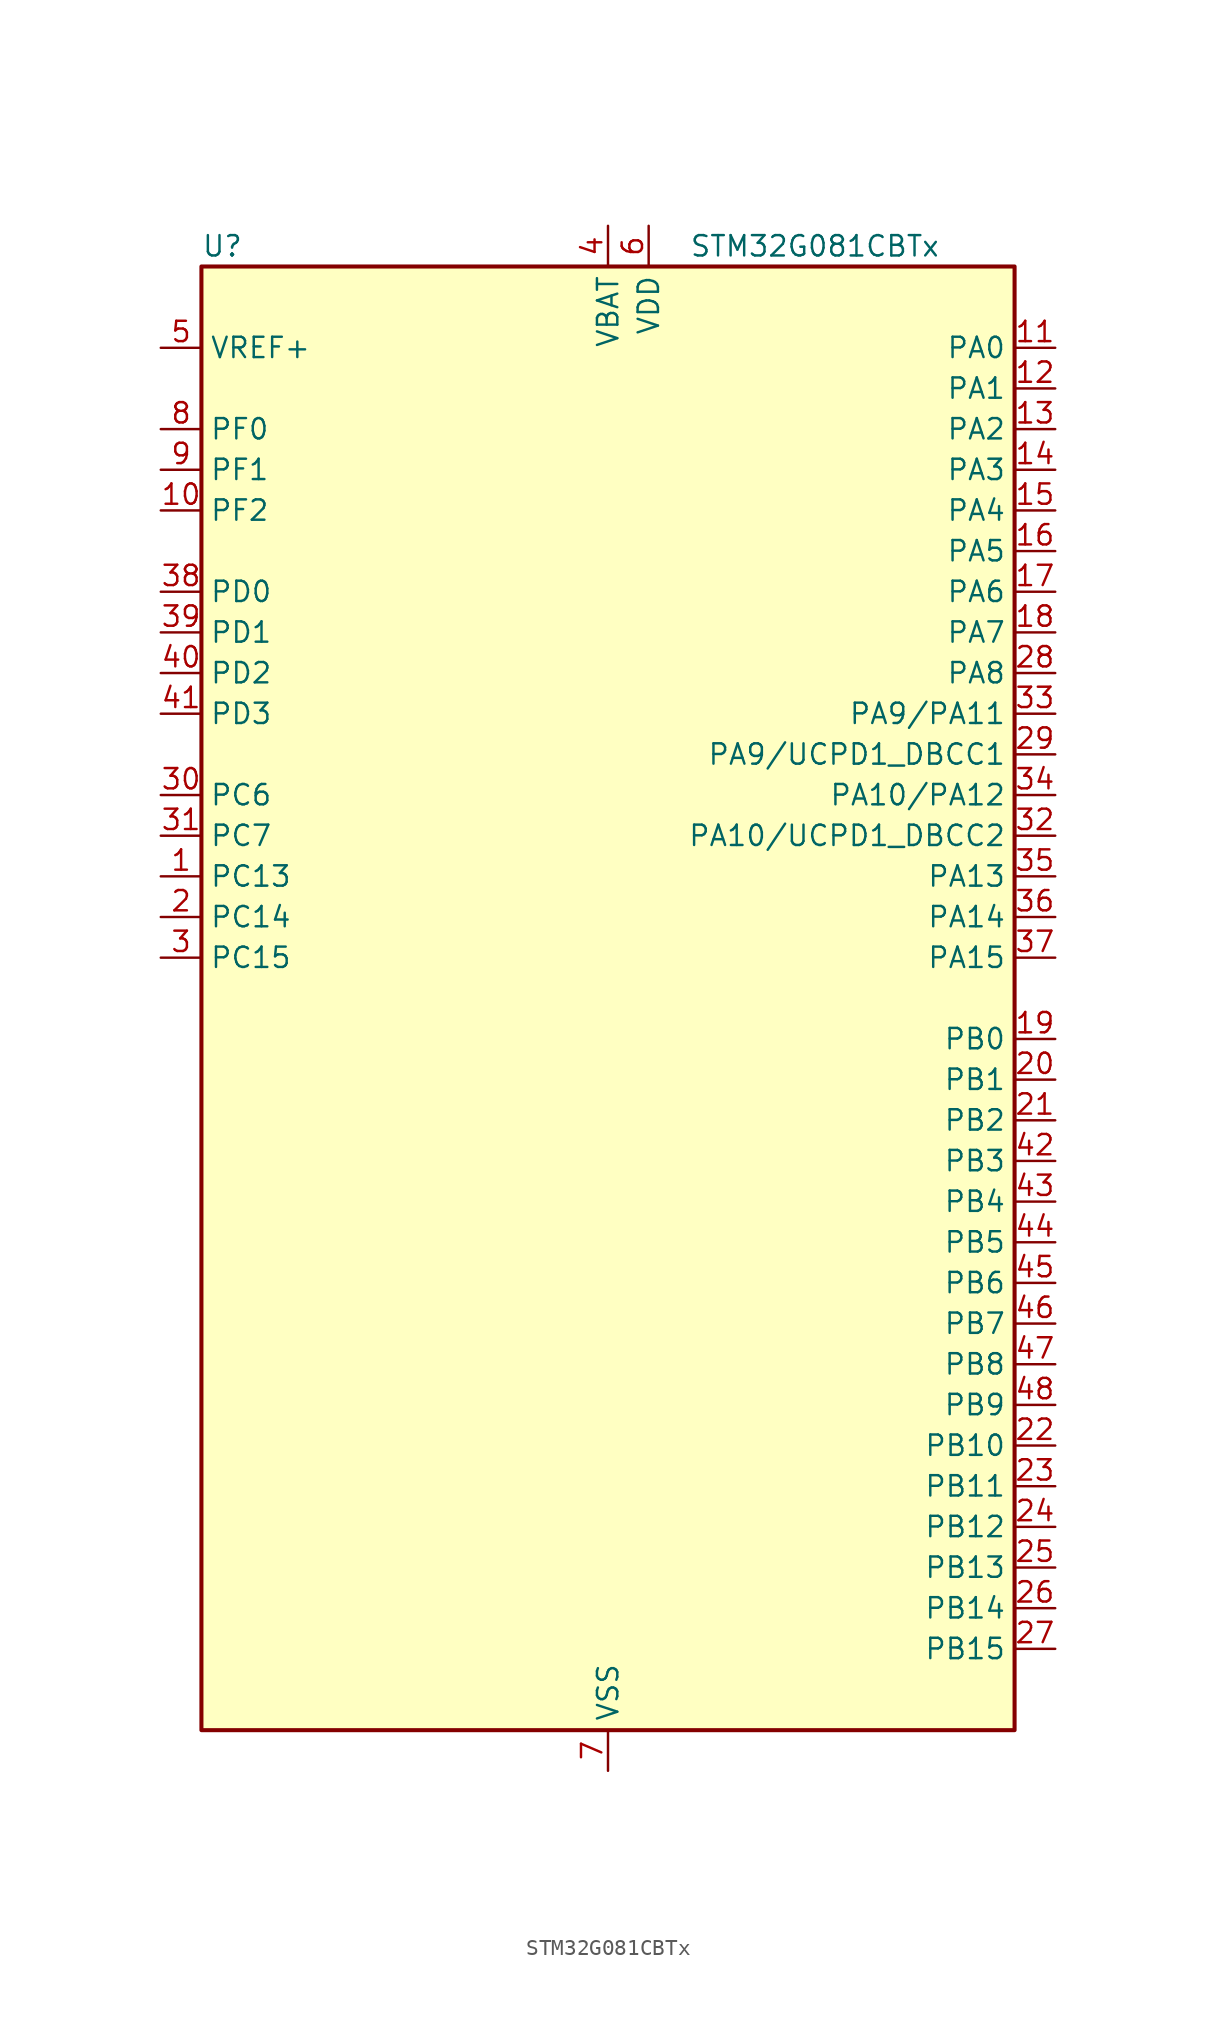
<source format=kicad_sym>
(kicad_symbol_lib
  (version 20241209)
  (generator "kicad_symbol_editor")
  (generator_version "9.0")
  (symbol "STM32G081CBTx"
    (property "Reference" "U"
      (at -25.4 46.99 0)
      (effects (font (size 1.27 1.27)) (justify left)))
    (property "Value" "STM32G081CBTx"
      (at 5.08 46.99 0)
      (effects (font (size 1.27 1.27)) (justify left)))
    (symbol "STM32G081CBTx_0_1"
      (rectangle (start -25.4 -45.72) (end 25.4 45.72) (stroke (width 0.254) (type default)) (fill (type background))))
    (symbol "STM32G081CBTx_1_1"
      (pin input line (at -27.94 40.64 0) (length 2.54) (name "VREF+" (effects (font (size 1.27 1.27)))) (number "5" (effects (font (size 1.27 1.27)))) (alternate "VREFBUF_OUT" bidirectional line))
      (pin bidirectional line (at -27.94 35.56 0) (length 2.54) (name "PF0" (effects (font (size 1.27 1.27)))) (number "8" (effects (font (size 1.27 1.27)))) (alternate "RCC_OSC_IN" bidirectional line) (alternate "TIM14_CH1" bidirectional line))
      (pin bidirectional line (at -27.94 33.02 0) (length 2.54) (name "PF1" (effects (font (size 1.27 1.27)))) (number "9" (effects (font (size 1.27 1.27)))) (alternate "RCC_OSC_EN" bidirectional line) (alternate "RCC_OSC_OUT" bidirectional line) (alternate "TIM15_CH1N" bidirectional line))
      (pin bidirectional line (at -27.94 30.48 0) (length 2.54) (name "PF2" (effects (font (size 1.27 1.27)))) (number "10" (effects (font (size 1.27 1.27)))) (alternate "RCC_MCO" bidirectional line))
      (pin bidirectional line (at -27.94 25.4 0) (length 2.54) (name "PD0" (effects (font (size 1.27 1.27)))) (number "38" (effects (font (size 1.27 1.27)))) (alternate "SPI2_NSS" bidirectional line) (alternate "TIM16_CH1" bidirectional line) (alternate "UCPD2_CC1" bidirectional line))
      (pin bidirectional line (at -27.94 22.86 0) (length 2.54) (name "PD1" (effects (font (size 1.27 1.27)))) (number "39" (effects (font (size 1.27 1.27)))) (alternate "SPI2_SCK" bidirectional line) (alternate "TIM17_CH1" bidirectional line) (alternate "UCPD2_DBCC1" bidirectional line))
      (pin bidirectional line (at -27.94 20.32 0) (length 2.54) (name "PD2" (effects (font (size 1.27 1.27)))) (number "40" (effects (font (size 1.27 1.27)))) (alternate "TIM1_CH1N" bidirectional line) (alternate "TIM3_ETR" bidirectional line) (alternate "UCPD2_CC2" bidirectional line) (alternate "USART3_CK" bidirectional line) (alternate "USART3_DE" bidirectional line) (alternate "USART3_RTS" bidirectional line))
      (pin bidirectional line (at -27.94 17.78 0) (length 2.54) (name "PD3" (effects (font (size 1.27 1.27)))) (number "41" (effects (font (size 1.27 1.27)))) (alternate "SPI2_MISO" bidirectional line) (alternate "TIM1_CH2N" bidirectional line) (alternate "UCPD2_DBCC2" bidirectional line) (alternate "USART2_CTS" bidirectional line) (alternate "USART2_NSS" bidirectional line))
      (pin bidirectional line (at -27.94 12.7 0) (length 2.54) (name "PC6" (effects (font (size 1.27 1.27)))) (number "30" (effects (font (size 1.27 1.27)))) (alternate "TIM2_CH3" bidirectional line) (alternate "TIM3_CH1" bidirectional line) (alternate "UCPD1_FRSTX1" bidirectional line) (alternate "UCPD1_FRSTX2" bidirectional line))
      (pin bidirectional line (at -27.94 10.16 0) (length 2.54) (name "PC7" (effects (font (size 1.27 1.27)))) (number "31" (effects (font (size 1.27 1.27)))) (alternate "TIM2_CH4" bidirectional line) (alternate "TIM3_CH2" bidirectional line) (alternate "UCPD2_FRSTX1" bidirectional line) (alternate "UCPD2_FRSTX2" bidirectional line))
      (pin bidirectional line (at -27.94 7.62 0) (length 2.54) (name "PC13" (effects (font (size 1.27 1.27)))) (number "1" (effects (font (size 1.27 1.27)))) (alternate "RTC_OUT_ALARM" bidirectional line) (alternate "RTC_OUT_CALIB" bidirectional line) (alternate "RTC_TAMP_IN1" bidirectional line) (alternate "RTC_TS" bidirectional line) (alternate "SYS_WKUP2" bidirectional line) (alternate "TIM1_BK" bidirectional line))
      (pin bidirectional line (at -27.94 5.08 0) (length 2.54) (name "PC14" (effects (font (size 1.27 1.27)))) (number "2" (effects (font (size 1.27 1.27)))) (alternate "RCC_OSC32_IN" bidirectional line) (alternate "TIM1_BK2" bidirectional line))
      (pin bidirectional line (at -27.94 2.54 0) (length 2.54) (name "PC15" (effects (font (size 1.27 1.27)))) (number "3" (effects (font (size 1.27 1.27)))) (alternate "RCC_OSC32_EN" bidirectional line) (alternate "RCC_OSC32_OUT" bidirectional line) (alternate "RCC_OSC_EN" bidirectional line) (alternate "TIM15_BK" bidirectional line))
      (pin power_in line (at 0 48.26 270) (length 2.54) (name "VBAT" (effects (font (size 1.27 1.27)))) (number "4" (effects (font (size 1.27 1.27)))))
      (pin power_in line (at 0 -48.26 90) (length 2.54) (name "VSS" (effects (font (size 1.27 1.27)))) (number "7" (effects (font (size 1.27 1.27)))))
      (pin power_in line (at 2.54 48.26 270) (length 2.54) (name "VDD" (effects (font (size 1.27 1.27)))) (number "6" (effects (font (size 1.27 1.27)))))
      (pin bidirectional line (at 27.94 40.64 180) (length 2.54) (name "PA0" (effects (font (size 1.27 1.27)))) (number "11" (effects (font (size 1.27 1.27)))) (alternate "ADC1_IN0" bidirectional line) (alternate "COMP1_INM" bidirectional line) (alternate "COMP1_OUT" bidirectional line) (alternate "LPTIM1_OUT" bidirectional line) (alternate "RTC_TAMP_IN2" bidirectional line) (alternate "SPI2_SCK" bidirectional line) (alternate "SYS_WKUP1" bidirectional line) (alternate "TIM2_CH1" bidirectional line) (alternate "TIM2_ETR" bidirectional line) (alternate "UCPD2_FRSTX1" bidirectional line) (alternate "UCPD2_FRSTX2" bidirectional line) (alternate "USART2_CTS" bidirectional line) (alternate "USART2_NSS" bidirectional line) (alternate "USART4_TX" bidirectional line))
      (pin bidirectional line (at 27.94 38.1 180) (length 2.54) (name "PA1" (effects (font (size 1.27 1.27)))) (number "12" (effects (font (size 1.27 1.27)))) (alternate "ADC1_IN1" bidirectional line) (alternate "COMP1_INP" bidirectional line) (alternate "I2C1_SMBA" bidirectional line) (alternate "I2S1_CK" bidirectional line) (alternate "SPI1_SCK" bidirectional line) (alternate "TIM15_CH1N" bidirectional line) (alternate "TIM2_CH2" bidirectional line) (alternate "USART2_CK" bidirectional line) (alternate "USART2_DE" bidirectional line) (alternate "USART2_RTS" bidirectional line) (alternate "USART4_RX" bidirectional line))
      (pin bidirectional line (at 27.94 35.56 180) (length 2.54) (name "PA2" (effects (font (size 1.27 1.27)))) (number "13" (effects (font (size 1.27 1.27)))) (alternate "ADC1_IN2" bidirectional line) (alternate "COMP2_INM" bidirectional line) (alternate "COMP2_OUT" bidirectional line) (alternate "I2S1_SD" bidirectional line) (alternate "LPUART1_TX" bidirectional line) (alternate "RCC_LSCO" bidirectional line) (alternate "SPI1_MOSI" bidirectional line) (alternate "SYS_WKUP4" bidirectional line) (alternate "TIM15_CH1" bidirectional line) (alternate "TIM2_CH3" bidirectional line) (alternate "UCPD1_FRSTX1" bidirectional line) (alternate "UCPD1_FRSTX2" bidirectional line) (alternate "USART2_TX" bidirectional line))
      (pin bidirectional line (at 27.94 33.02 180) (length 2.54) (name "PA3" (effects (font (size 1.27 1.27)))) (number "14" (effects (font (size 1.27 1.27)))) (alternate "ADC1_IN3" bidirectional line) (alternate "COMP2_INP" bidirectional line) (alternate "LPUART1_RX" bidirectional line) (alternate "SPI2_MISO" bidirectional line) (alternate "TIM15_CH2" bidirectional line) (alternate "TIM2_CH4" bidirectional line) (alternate "UCPD2_FRSTX1" bidirectional line) (alternate "UCPD2_FRSTX2" bidirectional line) (alternate "USART2_RX" bidirectional line))
      (pin bidirectional line (at 27.94 30.48 180) (length 2.54) (name "PA4" (effects (font (size 1.27 1.27)))) (number "15" (effects (font (size 1.27 1.27)))) (alternate "ADC1_IN4" bidirectional line) (alternate "DAC1_OUT1" bidirectional line) (alternate "I2S1_WS" bidirectional line) (alternate "LPTIM2_OUT" bidirectional line) (alternate "RTC_OUT_ALARM" bidirectional line) (alternate "RTC_OUT_CALIB" bidirectional line) (alternate "SPI1_NSS" bidirectional line) (alternate "SPI2_MOSI" bidirectional line) (alternate "TIM14_CH1" bidirectional line) (alternate "UCPD2_FRSTX1" bidirectional line) (alternate "UCPD2_FRSTX2" bidirectional line))
      (pin bidirectional line (at 27.94 27.94 180) (length 2.54) (name "PA5" (effects (font (size 1.27 1.27)))) (number "16" (effects (font (size 1.27 1.27)))) (alternate "ADC1_IN5" bidirectional line) (alternate "CEC" bidirectional line) (alternate "DAC1_OUT2" bidirectional line) (alternate "I2S1_CK" bidirectional line) (alternate "LPTIM2_ETR" bidirectional line) (alternate "SPI1_SCK" bidirectional line) (alternate "TIM2_CH1" bidirectional line) (alternate "TIM2_ETR" bidirectional line) (alternate "UCPD1_FRSTX1" bidirectional line) (alternate "UCPD1_FRSTX2" bidirectional line) (alternate "USART3_TX" bidirectional line))
      (pin bidirectional line (at 27.94 25.4 180) (length 2.54) (name "PA6" (effects (font (size 1.27 1.27)))) (number "17" (effects (font (size 1.27 1.27)))) (alternate "ADC1_IN6" bidirectional line) (alternate "COMP1_OUT" bidirectional line) (alternate "I2S1_MCK" bidirectional line) (alternate "LPUART1_CTS" bidirectional line) (alternate "SPI1_MISO" bidirectional line) (alternate "TIM16_CH1" bidirectional line) (alternate "TIM1_BK" bidirectional line) (alternate "TIM3_CH1" bidirectional line) (alternate "USART3_CTS" bidirectional line) (alternate "USART3_NSS" bidirectional line))
      (pin bidirectional line (at 27.94 22.86 180) (length 2.54) (name "PA7" (effects (font (size 1.27 1.27)))) (number "18" (effects (font (size 1.27 1.27)))) (alternate "ADC1_IN7" bidirectional line) (alternate "COMP2_OUT" bidirectional line) (alternate "I2S1_SD" bidirectional line) (alternate "SPI1_MOSI" bidirectional line) (alternate "TIM14_CH1" bidirectional line) (alternate "TIM17_CH1" bidirectional line) (alternate "TIM1_CH1N" bidirectional line) (alternate "TIM3_CH2" bidirectional line) (alternate "UCPD1_FRSTX1" bidirectional line) (alternate "UCPD1_FRSTX2" bidirectional line))
      (pin bidirectional line (at 27.94 20.32 180) (length 2.54) (name "PA8" (effects (font (size 1.27 1.27)))) (number "28" (effects (font (size 1.27 1.27)))) (alternate "LPTIM2_OUT" bidirectional line) (alternate "RCC_MCO" bidirectional line) (alternate "SPI2_NSS" bidirectional line) (alternate "TIM1_CH1" bidirectional line) (alternate "UCPD1_CC1" bidirectional line))
      (pin bidirectional line (at 27.94 17.78 180) (length 2.54) (name "PA9/PA11" (effects (font (size 1.27 1.27)))) (number "33" (effects (font (size 1.27 1.27)))) (alternate "ADC1_EXTI11 (PA11)" bidirectional line) (alternate "COMP1_OUT (PA11)" bidirectional line) (alternate "DAC1_EXTI9 (PA9)" bidirectional line) (alternate "I2C1_SCL (PA9)" bidirectional line) (alternate "I2C2_SCL (PA11)" bidirectional line) (alternate "I2S1_MCK (PA11)" bidirectional line) (alternate "PA11" bidirectional line) (alternate "PA9" bidirectional line) (alternate "RCC_MCO (PA9)" bidirectional line) (alternate "SPI1_MISO (PA11)" bidirectional line) (alternate "SPI2_MISO (PA9)" bidirectional line) (alternate "TIM15_BK (PA9)" bidirectional line) (alternate "TIM1_BK2 (PA11)" bidirectional line) (alternate "TIM1_CH2 (PA9)" bidirectional line) (alternate "TIM1_CH4 (PA11)" bidirectional line) (alternate "USART1_CTS (PA11)" bidirectional line) (alternate "USART1_NSS (PA11)" bidirectional line) (alternate "USART1_TX (PA9)" bidirectional line))
      (pin bidirectional line (at 27.94 15.24 180) (length 2.54) (name "PA9/UCPD1_DBCC1" (effects (font (size 1.27 1.27)))) (number "29" (effects (font (size 1.27 1.27)))) (alternate "DAC1_EXTI9 (PA9)" bidirectional line) (alternate "I2C1_SCL (PA9)" bidirectional line) (alternate "PA9" bidirectional line) (alternate "RCC_MCO (PA9)" bidirectional line) (alternate "SPI2_MISO (PA9)" bidirectional line) (alternate "TIM15_BK (PA9)" bidirectional line) (alternate "TIM1_CH2 (PA9)" bidirectional line) (alternate "UCPD1_DBCC1" bidirectional line) (alternate "UCPD1_DBCC1 (PA9)" bidirectional line) (alternate "UCPD1_DBCC1 (UCPD1_DBCC1)" bidirectional line) (alternate "USART1_TX (PA9)" bidirectional line))
      (pin bidirectional line (at 27.94 12.7 180) (length 2.54) (name "PA10/PA12" (effects (font (size 1.27 1.27)))) (number "34" (effects (font (size 1.27 1.27)))) (alternate "COMP2_OUT (PA12)" bidirectional line) (alternate "I2C1_SDA (PA10)" bidirectional line) (alternate "I2C2_SDA (PA12)" bidirectional line) (alternate "I2S1_SD (PA12)" bidirectional line) (alternate "I2S_CKIN (PA12)" bidirectional line) (alternate "PA10" bidirectional line) (alternate "PA12" bidirectional line) (alternate "SPI1_MOSI (PA12)" bidirectional line) (alternate "SPI2_MOSI (PA10)" bidirectional line) (alternate "TIM17_BK (PA10)" bidirectional line) (alternate "TIM1_CH3 (PA10)" bidirectional line) (alternate "TIM1_ETR (PA12)" bidirectional line) (alternate "USART1_CK (PA12)" bidirectional line) (alternate "USART1_DE (PA12)" bidirectional line) (alternate "USART1_RTS (PA12)" bidirectional line) (alternate "USART1_RX (PA10)" bidirectional line))
      (pin bidirectional line (at 27.94 10.16 180) (length 2.54) (name "PA10/UCPD1_DBCC2" (effects (font (size 1.27 1.27)))) (number "32" (effects (font (size 1.27 1.27)))) (alternate "I2C1_SDA (PA10)" bidirectional line) (alternate "PA10" bidirectional line) (alternate "SPI2_MOSI (PA10)" bidirectional line) (alternate "TIM17_BK (PA10)" bidirectional line) (alternate "TIM1_CH3 (PA10)" bidirectional line) (alternate "UCPD1_DBCC2" bidirectional line) (alternate "UCPD1_DBCC2 (PA10)" bidirectional line) (alternate "UCPD1_DBCC2 (UCPD1_DBCC2)" bidirectional line) (alternate "USART1_RX (PA10)" bidirectional line))
      (pin bidirectional line (at 27.94 7.62 180) (length 2.54) (name "PA13" (effects (font (size 1.27 1.27)))) (number "35" (effects (font (size 1.27 1.27)))) (alternate "IR_OUT" bidirectional line) (alternate "SYS_SWDIO" bidirectional line))
      (pin bidirectional line (at 27.94 5.08 180) (length 2.54) (name "PA14" (effects (font (size 1.27 1.27)))) (number "36" (effects (font (size 1.27 1.27)))) (alternate "SYS_SWCLK" bidirectional line) (alternate "USART2_TX" bidirectional line))
      (pin bidirectional line (at 27.94 2.54 180) (length 2.54) (name "PA15" (effects (font (size 1.27 1.27)))) (number "37" (effects (font (size 1.27 1.27)))) (alternate "I2S1_WS" bidirectional line) (alternate "SPI1_NSS" bidirectional line) (alternate "TIM2_CH1" bidirectional line) (alternate "TIM2_ETR" bidirectional line) (alternate "USART2_RX" bidirectional line) (alternate "USART3_CK" bidirectional line) (alternate "USART3_DE" bidirectional line) (alternate "USART3_RTS" bidirectional line) (alternate "USART4_CK" bidirectional line) (alternate "USART4_DE" bidirectional line) (alternate "USART4_RTS" bidirectional line))
      (pin bidirectional line (at 27.94 -2.54 180) (length 2.54) (name "PB0" (effects (font (size 1.27 1.27)))) (number "19" (effects (font (size 1.27 1.27)))) (alternate "ADC1_IN8" bidirectional line) (alternate "COMP1_OUT" bidirectional line) (alternate "I2S1_WS" bidirectional line) (alternate "LPTIM1_OUT" bidirectional line) (alternate "SPI1_NSS" bidirectional line) (alternate "TIM1_CH2N" bidirectional line) (alternate "TIM3_CH3" bidirectional line) (alternate "UCPD1_FRSTX1" bidirectional line) (alternate "UCPD1_FRSTX2" bidirectional line) (alternate "USART3_RX" bidirectional line))
      (pin bidirectional line (at 27.94 -5.08 180) (length 2.54) (name "PB1" (effects (font (size 1.27 1.27)))) (number "20" (effects (font (size 1.27 1.27)))) (alternate "ADC1_IN9" bidirectional line) (alternate "COMP1_INM" bidirectional line) (alternate "LPTIM2_IN1" bidirectional line) (alternate "LPUART1_DE" bidirectional line) (alternate "LPUART1_RTS" bidirectional line) (alternate "TIM14_CH1" bidirectional line) (alternate "TIM1_CH3N" bidirectional line) (alternate "TIM3_CH4" bidirectional line) (alternate "USART3_CK" bidirectional line) (alternate "USART3_DE" bidirectional line) (alternate "USART3_RTS" bidirectional line))
      (pin bidirectional line (at 27.94 -7.62 180) (length 2.54) (name "PB2" (effects (font (size 1.27 1.27)))) (number "21" (effects (font (size 1.27 1.27)))) (alternate "ADC1_IN10" bidirectional line) (alternate "COMP1_INP" bidirectional line) (alternate "LPTIM1_OUT" bidirectional line) (alternate "SPI2_MISO" bidirectional line) (alternate "USART3_TX" bidirectional line))
      (pin bidirectional line (at 27.94 -10.16 180) (length 2.54) (name "PB3" (effects (font (size 1.27 1.27)))) (number "42" (effects (font (size 1.27 1.27)))) (alternate "COMP2_INM" bidirectional line) (alternate "I2S1_CK" bidirectional line) (alternate "SPI1_SCK" bidirectional line) (alternate "TIM1_CH2" bidirectional line) (alternate "TIM2_CH2" bidirectional line) (alternate "USART1_CK" bidirectional line) (alternate "USART1_DE" bidirectional line) (alternate "USART1_RTS" bidirectional line))
      (pin bidirectional line (at 27.94 -12.7 180) (length 2.54) (name "PB4" (effects (font (size 1.27 1.27)))) (number "43" (effects (font (size 1.27 1.27)))) (alternate "COMP2_INP" bidirectional line) (alternate "I2S1_MCK" bidirectional line) (alternate "SPI1_MISO" bidirectional line) (alternate "TIM17_BK" bidirectional line) (alternate "TIM3_CH1" bidirectional line) (alternate "USART1_CTS" bidirectional line) (alternate "USART1_NSS" bidirectional line))
      (pin bidirectional line (at 27.94 -15.24 180) (length 2.54) (name "PB5" (effects (font (size 1.27 1.27)))) (number "44" (effects (font (size 1.27 1.27)))) (alternate "COMP2_OUT" bidirectional line) (alternate "I2C1_SMBA" bidirectional line) (alternate "I2S1_SD" bidirectional line) (alternate "LPTIM1_IN1" bidirectional line) (alternate "SPI1_MOSI" bidirectional line) (alternate "SYS_WKUP6" bidirectional line) (alternate "TIM16_BK" bidirectional line) (alternate "TIM3_CH2" bidirectional line))
      (pin bidirectional line (at 27.94 -17.78 180) (length 2.54) (name "PB6" (effects (font (size 1.27 1.27)))) (number "45" (effects (font (size 1.27 1.27)))) (alternate "COMP2_INP" bidirectional line) (alternate "I2C1_SCL" bidirectional line) (alternate "LPTIM1_ETR" bidirectional line) (alternate "SPI2_MISO" bidirectional line) (alternate "TIM16_CH1N" bidirectional line) (alternate "TIM1_CH3" bidirectional line) (alternate "USART1_TX" bidirectional line))
      (pin bidirectional line (at 27.94 -20.32 180) (length 2.54) (name "PB7" (effects (font (size 1.27 1.27)))) (number "46" (effects (font (size 1.27 1.27)))) (alternate "COMP2_INM" bidirectional line) (alternate "I2C1_SDA" bidirectional line) (alternate "LPTIM1_IN2" bidirectional line) (alternate "SPI2_MOSI" bidirectional line) (alternate "SYS_PVD_IN" bidirectional line) (alternate "TIM17_CH1N" bidirectional line) (alternate "USART1_RX" bidirectional line) (alternate "USART4_CTS" bidirectional line) (alternate "USART4_NSS" bidirectional line))
      (pin bidirectional line (at 27.94 -22.86 180) (length 2.54) (name "PB8" (effects (font (size 1.27 1.27)))) (number "47" (effects (font (size 1.27 1.27)))) (alternate "CEC" bidirectional line) (alternate "I2C1_SCL" bidirectional line) (alternate "SPI2_SCK" bidirectional line) (alternate "TIM15_BK" bidirectional line) (alternate "TIM16_CH1" bidirectional line) (alternate "USART3_TX" bidirectional line))
      (pin bidirectional line (at 27.94 -25.4 180) (length 2.54) (name "PB9" (effects (font (size 1.27 1.27)))) (number "48" (effects (font (size 1.27 1.27)))) (alternate "DAC1_EXTI9" bidirectional line) (alternate "I2C1_SDA" bidirectional line) (alternate "IR_OUT" bidirectional line) (alternate "SPI2_NSS" bidirectional line) (alternate "TIM17_CH1" bidirectional line) (alternate "UCPD2_FRSTX1" bidirectional line) (alternate "UCPD2_FRSTX2" bidirectional line) (alternate "USART3_RX" bidirectional line))
      (pin bidirectional line (at 27.94 -27.94 180) (length 2.54) (name "PB10" (effects (font (size 1.27 1.27)))) (number "22" (effects (font (size 1.27 1.27)))) (alternate "ADC1_IN11" bidirectional line) (alternate "CEC" bidirectional line) (alternate "COMP1_OUT" bidirectional line) (alternate "I2C2_SCL" bidirectional line) (alternate "LPUART1_RX" bidirectional line) (alternate "SPI2_SCK" bidirectional line) (alternate "TIM2_CH3" bidirectional line) (alternate "USART3_TX" bidirectional line))
      (pin bidirectional line (at 27.94 -30.48 180) (length 2.54) (name "PB11" (effects (font (size 1.27 1.27)))) (number "23" (effects (font (size 1.27 1.27)))) (alternate "ADC1_EXTI11" bidirectional line) (alternate "ADC1_IN15" bidirectional line) (alternate "COMP2_OUT" bidirectional line) (alternate "I2C2_SDA" bidirectional line) (alternate "LPUART1_TX" bidirectional line) (alternate "SPI2_MOSI" bidirectional line) (alternate "TIM2_CH4" bidirectional line) (alternate "USART3_RX" bidirectional line))
      (pin bidirectional line (at 27.94 -33.02 180) (length 2.54) (name "PB12" (effects (font (size 1.27 1.27)))) (number "24" (effects (font (size 1.27 1.27)))) (alternate "ADC1_IN16" bidirectional line) (alternate "LPUART1_DE" bidirectional line) (alternate "LPUART1_RTS" bidirectional line) (alternate "SPI2_NSS" bidirectional line) (alternate "TIM15_BK" bidirectional line) (alternate "TIM1_BK" bidirectional line) (alternate "UCPD2_FRSTX1" bidirectional line) (alternate "UCPD2_FRSTX2" bidirectional line))
      (pin bidirectional line (at 27.94 -35.56 180) (length 2.54) (name "PB13" (effects (font (size 1.27 1.27)))) (number "25" (effects (font (size 1.27 1.27)))) (alternate "I2C2_SCL" bidirectional line) (alternate "LPUART1_CTS" bidirectional line) (alternate "SPI2_SCK" bidirectional line) (alternate "TIM15_CH1N" bidirectional line) (alternate "TIM1_CH1N" bidirectional line) (alternate "USART3_CTS" bidirectional line) (alternate "USART3_NSS" bidirectional line))
      (pin bidirectional line (at 27.94 -38.1 180) (length 2.54) (name "PB14" (effects (font (size 1.27 1.27)))) (number "26" (effects (font (size 1.27 1.27)))) (alternate "I2C2_SDA" bidirectional line) (alternate "SPI2_MISO" bidirectional line) (alternate "TIM15_CH1" bidirectional line) (alternate "TIM1_CH2N" bidirectional line) (alternate "UCPD1_FRSTX1" bidirectional line) (alternate "UCPD1_FRSTX2" bidirectional line) (alternate "USART3_CK" bidirectional line) (alternate "USART3_DE" bidirectional line) (alternate "USART3_RTS" bidirectional line))
      (pin bidirectional line (at 27.94 -40.64 180) (length 2.54) (name "PB15" (effects (font (size 1.27 1.27)))) (number "27" (effects (font (size 1.27 1.27)))) (alternate "RTC_REFIN" bidirectional line) (alternate "SPI2_MOSI" bidirectional line) (alternate "TIM15_CH1N" bidirectional line) (alternate "TIM15_CH2" bidirectional line) (alternate "TIM1_CH3N" bidirectional line) (alternate "UCPD1_CC2" bidirectional line)))))
</source>
